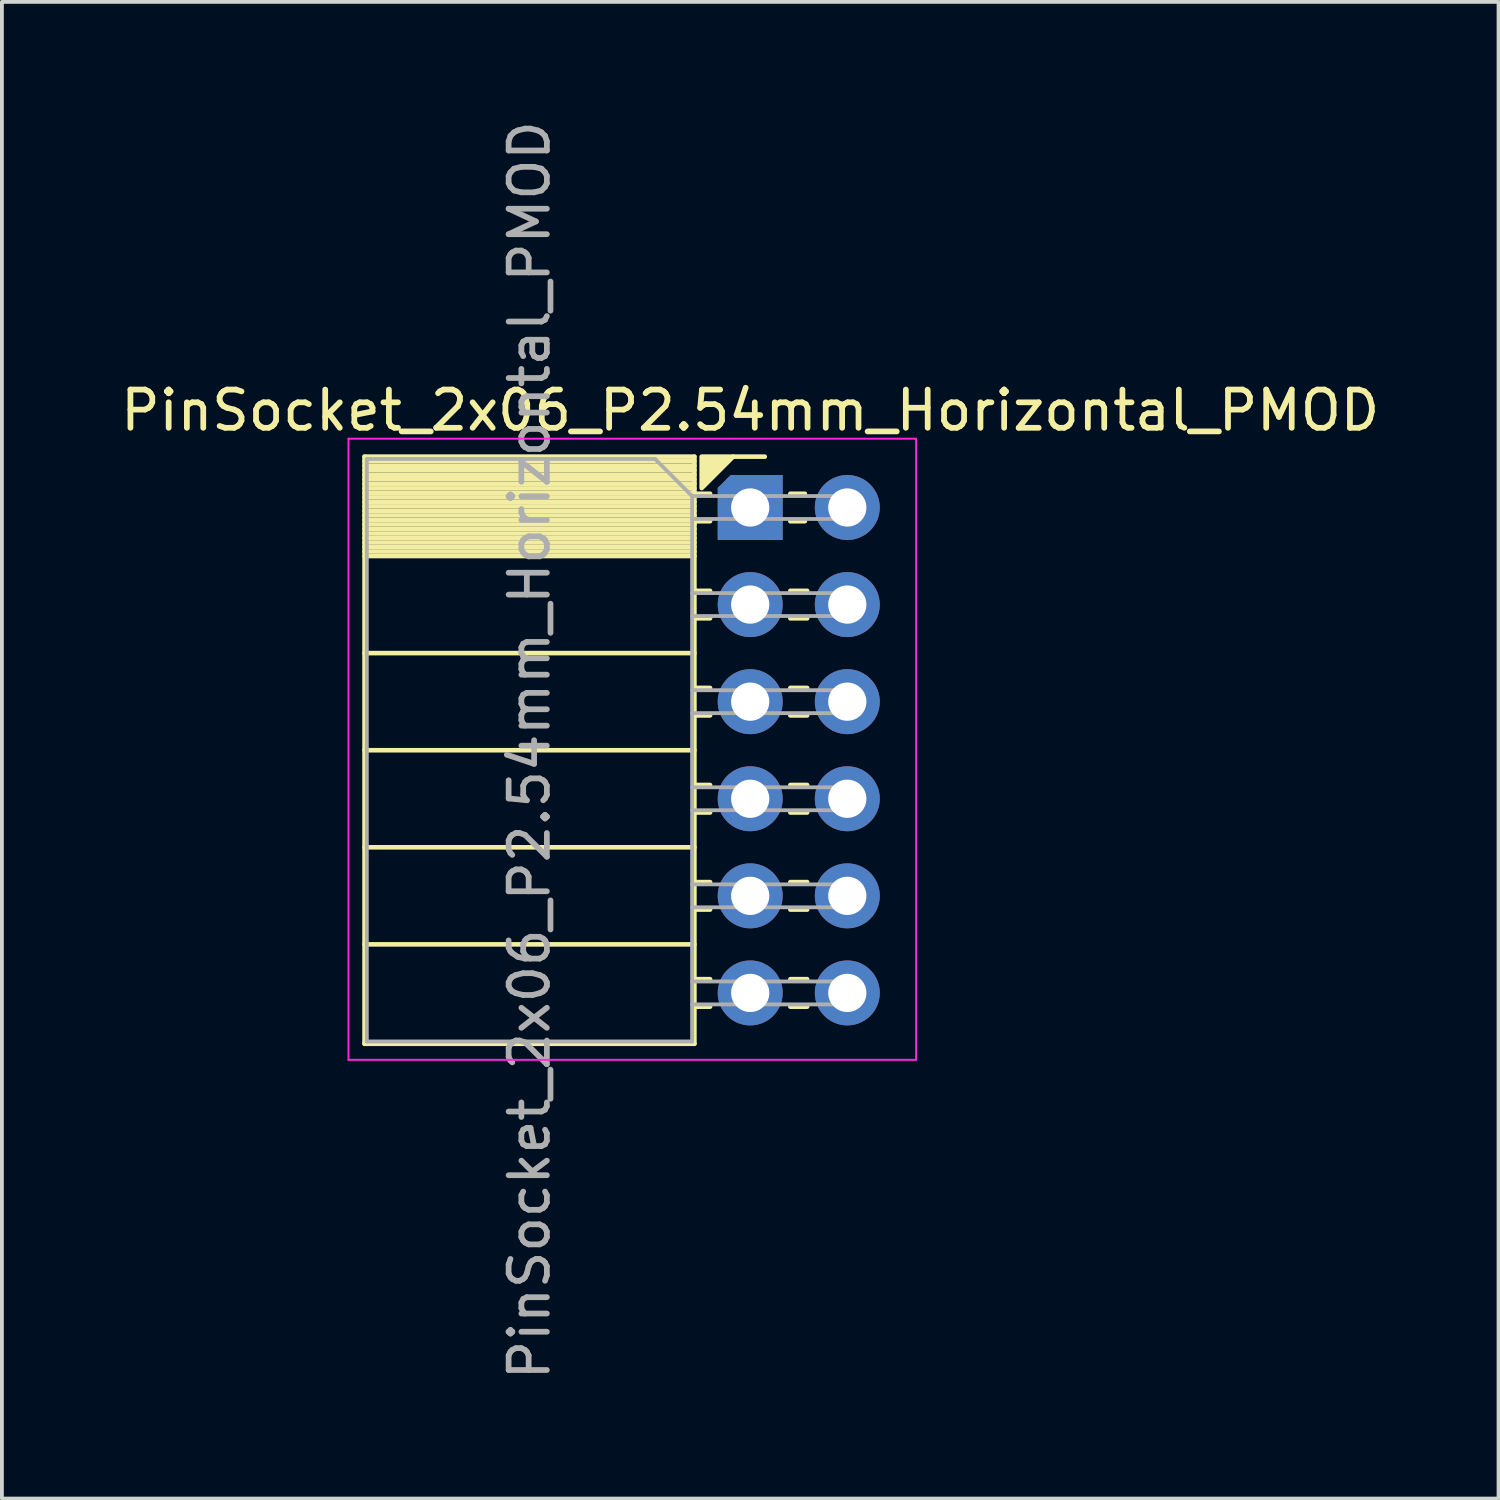
<source format=kicad_pcb>
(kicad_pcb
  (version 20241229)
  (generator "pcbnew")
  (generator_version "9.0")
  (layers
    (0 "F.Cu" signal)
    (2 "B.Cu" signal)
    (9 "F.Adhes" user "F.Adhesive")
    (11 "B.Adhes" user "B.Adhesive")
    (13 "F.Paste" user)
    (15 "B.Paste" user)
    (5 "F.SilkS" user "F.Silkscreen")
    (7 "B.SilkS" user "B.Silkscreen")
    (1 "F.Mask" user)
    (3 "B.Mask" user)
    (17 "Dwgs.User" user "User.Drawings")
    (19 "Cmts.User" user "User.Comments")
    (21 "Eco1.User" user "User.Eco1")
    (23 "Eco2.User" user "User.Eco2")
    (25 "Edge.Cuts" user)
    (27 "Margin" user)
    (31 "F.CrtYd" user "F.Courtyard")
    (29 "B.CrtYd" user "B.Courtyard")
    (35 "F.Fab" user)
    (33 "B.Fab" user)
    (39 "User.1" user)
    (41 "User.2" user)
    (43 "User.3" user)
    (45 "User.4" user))
  (footprint "PinSocket_2x06_P2.54mm_Horizontal_PMOD"
    (layer "F.Cu")
    (at 16.577 10.227)
    (property "Reference" "PinSocket_2x06_P2.54mm_Horizontal_PMOD" (at 0 -2.54 0) (layer "F.SilkS") (effects (font (size 1 1) (thickness 0.15))))
    (attr through_hole)
    (fp_line (start -10.09 -1.33) (end -10.09 14.03) (stroke (width 0.12) (type solid)) (layer "F.SilkS"))
    (fp_line (start -10.09 -1.33) (end -1.46 -1.33) (stroke (width 0.12) (type solid)) (layer "F.SilkS"))
    (fp_line (start -10.09 -1.21) (end -1.46 -1.21) (stroke (width 0.12) (type solid)) (layer "F.SilkS"))
    (fp_line (start -10.09 -1.092) (end -1.46 -1.092) (stroke (width 0.12) (type solid)) (layer "F.SilkS"))
    (fp_line (start -10.09 -0.974) (end -1.46 -0.974) (stroke (width 0.12) (type solid)) (layer "F.SilkS"))
    (fp_line (start -10.09 -0.856) (end -1.46 -0.856) (stroke (width 0.12) (type solid)) (layer "F.SilkS"))
    (fp_line (start -10.09 -0.738) (end -1.46 -0.738) (stroke (width 0.12) (type solid)) (layer "F.SilkS"))
    (fp_line (start -10.09 -0.62) (end -1.46 -0.62) (stroke (width 0.12) (type solid)) (layer "F.SilkS"))
    (fp_line (start -10.09 -0.501) (end -1.46 -0.501) (stroke (width 0.12) (type solid)) (layer "F.SilkS"))
    (fp_line (start -10.09 -0.383) (end -1.46 -0.383) (stroke (width 0.12) (type solid)) (layer "F.SilkS"))
    (fp_line (start -10.09 -0.265) (end -1.46 -0.265) (stroke (width 0.12) (type solid)) (layer "F.SilkS"))
    (fp_line (start -10.09 -0.147) (end -1.46 -0.147) (stroke (width 0.12) (type solid)) (layer "F.SilkS"))
    (fp_line (start -10.09 -0.029) (end -1.46 -0.029) (stroke (width 0.12) (type solid)) (layer "F.SilkS"))
    (fp_line (start -10.09 0.089) (end -1.46 0.089) (stroke (width 0.12) (type solid)) (layer "F.SilkS"))
    (fp_line (start -10.09 0.207) (end -1.46 0.207) (stroke (width 0.12) (type solid)) (layer "F.SilkS"))
    (fp_line (start -10.09 0.325) (end -1.46 0.325) (stroke (width 0.12) (type solid)) (layer "F.SilkS"))
    (fp_line (start -10.09 0.443) (end -1.46 0.443) (stroke (width 0.12) (type solid)) (layer "F.SilkS"))
    (fp_line (start -10.09 0.561) (end -1.46 0.561) (stroke (width 0.12) (type solid)) (layer "F.SilkS"))
    (fp_line (start -10.09 0.68) (end -1.46 0.68) (stroke (width 0.12) (type solid)) (layer "F.SilkS"))
    (fp_line (start -10.09 0.798) (end -1.46 0.798) (stroke (width 0.12) (type solid)) (layer "F.SilkS"))
    (fp_line (start -10.09 0.916) (end -1.46 0.916) (stroke (width 0.12) (type solid)) (layer "F.SilkS"))
    (fp_line (start -10.09 1.034) (end -1.46 1.034) (stroke (width 0.12) (type solid)) (layer "F.SilkS"))
    (fp_line (start -10.09 1.152) (end -1.46 1.152) (stroke (width 0.12) (type solid)) (layer "F.SilkS"))
    (fp_line (start -10.09 1.27) (end -1.46 1.27) (stroke (width 0.12) (type solid)) (layer "F.SilkS"))
    (fp_line (start -10.09 3.81) (end -1.46 3.81) (stroke (width 0.12) (type solid)) (layer "F.SilkS"))
    (fp_line (start -10.09 6.35) (end -1.46 6.35) (stroke (width 0.12) (type solid)) (layer "F.SilkS"))
    (fp_line (start -10.09 8.89) (end -1.46 8.89) (stroke (width 0.12) (type solid)) (layer "F.SilkS"))
    (fp_line (start -10.09 11.43) (end -1.46 11.43) (stroke (width 0.12) (type solid)) (layer "F.SilkS"))
    (fp_line (start -10.09 14.03) (end -1.46 14.03) (stroke (width 0.12) (type solid)) (layer "F.SilkS"))
    (fp_line (start -1.46 -1.33) (end -1.46 14.03) (stroke (width 0.12) (type solid)) (layer "F.SilkS"))
    (fp_line (start -1.46 -0.36) (end -1.05 -0.36) (stroke (width 0.12) (type solid)) (layer "F.SilkS"))
    (fp_line (start -1.46 0.36) (end -1.05 0.36) (stroke (width 0.12) (type solid)) (layer "F.SilkS"))
    (fp_line (start -1.46 2.18) (end -1.05 2.18) (stroke (width 0.12) (type solid)) (layer "F.SilkS"))
    (fp_line (start -1.46 2.9) (end -1.05 2.9) (stroke (width 0.12) (type solid)) (layer "F.SilkS"))
    (fp_line (start -1.46 4.72) (end -1.05 4.72) (stroke (width 0.12) (type solid)) (layer "F.SilkS"))
    (fp_line (start -1.46 5.44) (end -1.05 5.44) (stroke (width 0.12) (type solid)) (layer "F.SilkS"))
    (fp_line (start -1.46 7.26) (end -1.05 7.26) (stroke (width 0.12) (type solid)) (layer "F.SilkS"))
    (fp_line (start -1.46 7.98) (end -1.05 7.98) (stroke (width 0.12) (type solid)) (layer "F.SilkS"))
    (fp_line (start -1.46 9.8) (end -1.05 9.8) (stroke (width 0.12) (type solid)) (layer "F.SilkS"))
    (fp_line (start -1.46 10.52) (end -1.05 10.52) (stroke (width 0.12) (type solid)) (layer "F.SilkS"))
    (fp_line (start -1.46 12.34) (end -1.05 12.34) (stroke (width 0.12) (type solid)) (layer "F.SilkS"))
    (fp_line (start -1.46 13.06) (end -1.05 13.06) (stroke (width 0.12) (type solid)) (layer "F.SilkS"))
    (fp_line (start -0.448 -1.33) (end 0.381 -1.33) (stroke (width 0.12) (type solid)) (layer "F.SilkS"))
    (fp_line (start 1.05 -0.36) (end 1.43 -0.36) (stroke (width 0.12) (type solid)) (layer "F.SilkS"))
    (fp_line (start 1.05 0.36) (end 1.43 0.36) (stroke (width 0.12) (type solid)) (layer "F.SilkS"))
    (fp_line (start 1.05 2.18) (end 1.49 2.18) (stroke (width 0.12) (type solid)) (layer "F.SilkS"))
    (fp_line (start 1.05 2.9) (end 1.49 2.9) (stroke (width 0.12) (type solid)) (layer "F.SilkS"))
    (fp_line (start 1.05 4.72) (end 1.49 4.72) (stroke (width 0.12) (type solid)) (layer "F.SilkS"))
    (fp_line (start 1.05 5.44) (end 1.49 5.44) (stroke (width 0.12) (type solid)) (layer "F.SilkS"))
    (fp_line (start 1.05 7.26) (end 1.49 7.26) (stroke (width 0.12) (type solid)) (layer "F.SilkS"))
    (fp_line (start 1.05 7.98) (end 1.49 7.98) (stroke (width 0.12) (type solid)) (layer "F.SilkS"))
    (fp_line (start 1.05 9.8) (end 1.49 9.8) (stroke (width 0.12) (type solid)) (layer "F.SilkS"))
    (fp_line (start 1.05 10.52) (end 1.49 10.52) (stroke (width 0.12) (type solid)) (layer "F.SilkS"))
    (fp_line (start 1.05 12.34) (end 1.49 12.34) (stroke (width 0.12) (type solid)) (layer "F.SilkS"))
    (fp_line (start 1.05 13.06) (end 1.49 13.06) (stroke (width 0.12) (type solid)) (layer "F.SilkS"))
    (fp_poly (pts (xy -1.27 -0.508) (xy -1.27 -1.33) (xy -0.448 -1.33)) (stroke (width 0.12) (type solid)) (fill yes) (layer "F.SilkS"))
    (fp_line (start -10.51 -1.8) (end -10.51 14.45) (stroke (width 0.05) (type solid)) (layer "F.CrtYd"))
    (fp_line (start -10.51 14.45) (end 4.34 14.45) (stroke (width 0.05) (type solid)) (layer "F.CrtYd"))
    (fp_line (start 4.34 -1.8) (end -10.51 -1.8) (stroke (width 0.05) (type solid)) (layer "F.CrtYd"))
    (fp_line (start 4.34 14.45) (end 4.34 -1.8) (stroke (width 0.05) (type solid)) (layer "F.CrtYd"))
    (fp_line (start -10.03 -1.27) (end -2.49 -1.27) (stroke (width 0.1) (type solid)) (layer "F.Fab"))
    (fp_line (start -10.03 13.97) (end -10.03 -1.27) (stroke (width 0.1) (type solid)) (layer "F.Fab"))
    (fp_line (start -2.49 -1.27) (end -1.52 -0.3) (stroke (width 0.1) (type solid)) (layer "F.Fab"))
    (fp_line (start -1.52 -0.3) (end -1.52 13.97) (stroke (width 0.1) (type solid)) (layer "F.Fab"))
    (fp_line (start -1.52 0.3) (end 2.54 0.3) (stroke (width 0.1) (type solid)) (layer "F.Fab"))
    (fp_line (start -1.52 2.84) (end 2.54 2.84) (stroke (width 0.1) (type solid)) (layer "F.Fab"))
    (fp_line (start -1.52 5.38) (end 2.54 5.38) (stroke (width 0.1) (type solid)) (layer "F.Fab"))
    (fp_line (start -1.52 7.92) (end 2.54 7.92) (stroke (width 0.1) (type solid)) (layer "F.Fab"))
    (fp_line (start -1.52 10.46) (end 2.54 10.46) (stroke (width 0.1) (type solid)) (layer "F.Fab"))
    (fp_line (start -1.52 13) (end 2.54 13) (stroke (width 0.1) (type solid)) (layer "F.Fab"))
    (fp_line (start -1.52 13.97) (end -10.03 13.97) (stroke (width 0.1) (type solid)) (layer "F.Fab"))
    (fp_line (start 2.54 -0.3) (end -1.52 -0.3) (stroke (width 0.1) (type solid)) (layer "F.Fab"))
    (fp_line (start 2.54 0.3) (end 2.54 -0.3) (stroke (width 0.1) (type solid)) (layer "F.Fab"))
    (fp_line (start 2.54 2.24) (end -1.52 2.24) (stroke (width 0.1) (type solid)) (layer "F.Fab"))
    (fp_line (start 2.54 2.84) (end 2.54 2.24) (stroke (width 0.1) (type solid)) (layer "F.Fab"))
    (fp_line (start 2.54 4.78) (end -1.52 4.78) (stroke (width 0.1) (type solid)) (layer "F.Fab"))
    (fp_line (start 2.54 5.38) (end 2.54 4.78) (stroke (width 0.1) (type solid)) (layer "F.Fab"))
    (fp_line (start 2.54 7.32) (end -1.52 7.32) (stroke (width 0.1) (type solid)) (layer "F.Fab"))
    (fp_line (start 2.54 7.92) (end 2.54 7.32) (stroke (width 0.1) (type solid)) (layer "F.Fab"))
    (fp_line (start 2.54 9.86) (end -1.52 9.86) (stroke (width 0.1) (type solid)) (layer "F.Fab"))
    (fp_line (start 2.54 10.46) (end 2.54 9.86) (stroke (width 0.1) (type solid)) (layer "F.Fab"))
    (fp_line (start 2.54 12.4) (end -1.52 12.4) (stroke (width 0.1) (type solid)) (layer "F.Fab"))
    (fp_line (start 2.54 13) (end 2.54 12.4) (stroke (width 0.1) (type solid)) (layer "F.Fab"))
    (fp_text user "${REFERENCE}" (at -5.775 6.35 90) (layer "F.Fab") (effects (font (size 1 1) (thickness 0.15))))
    (pad "1" thru_hole roundrect (at 0 0) (size 1.7 1.7) (drill 1) (layers "*.Cu" "*.Mask") (roundrect_rratio 0) (chamfer_ratio 0.2) (chamfer top_left))
    (pad "2" thru_hole oval (at 0 2.54) (size 1.7 1.7) (drill 1) (layers "*.Cu" "*.Mask"))
    (pad "3" thru_hole oval (at 0 5.08) (size 1.7 1.7) (drill 1) (layers "*.Cu" "*.Mask"))
    (pad "4" thru_hole oval (at 0 7.62) (size 1.7 1.7) (drill 1) (layers "*.Cu" "*.Mask"))
    (pad "5" thru_hole oval (at 0 10.16) (size 1.7 1.7) (drill 1) (layers "*.Cu" "*.Mask"))
    (pad "6" thru_hole oval (at 0 12.7) (size 1.7 1.7) (drill 1) (layers "*.Cu" "*.Mask"))
    (pad "7" thru_hole oval (at 2.54 0) (size 1.7 1.7) (drill 1) (layers "*.Cu" "*.Mask"))
    (pad "8" thru_hole oval (at 2.54 2.54) (size 1.7 1.7) (drill 1) (layers "*.Cu" "*.Mask"))
    (pad "9" thru_hole oval (at 2.54 5.08) (size 1.7 1.7) (drill 1) (layers "*.Cu" "*.Mask"))
    (pad "10" thru_hole oval (at 2.54 7.62) (size 1.7 1.7) (drill 1) (layers "*.Cu" "*.Mask"))
    (pad "11" thru_hole oval (at 2.54 10.16) (size 1.7 1.7) (drill 1) (layers "*.Cu" "*.Mask"))
    (pad "12" thru_hole oval (at 2.54 12.7) (size 1.7 1.7) (drill 1) (layers "*.Cu" "*.Mask")))
  (gr_rect
    (start -3 -3)
    (end 36.155 36.155)
    (stroke (width 0.1) (type default))
    (fill no)
    (layer "Edge.Cuts")))
</source>
